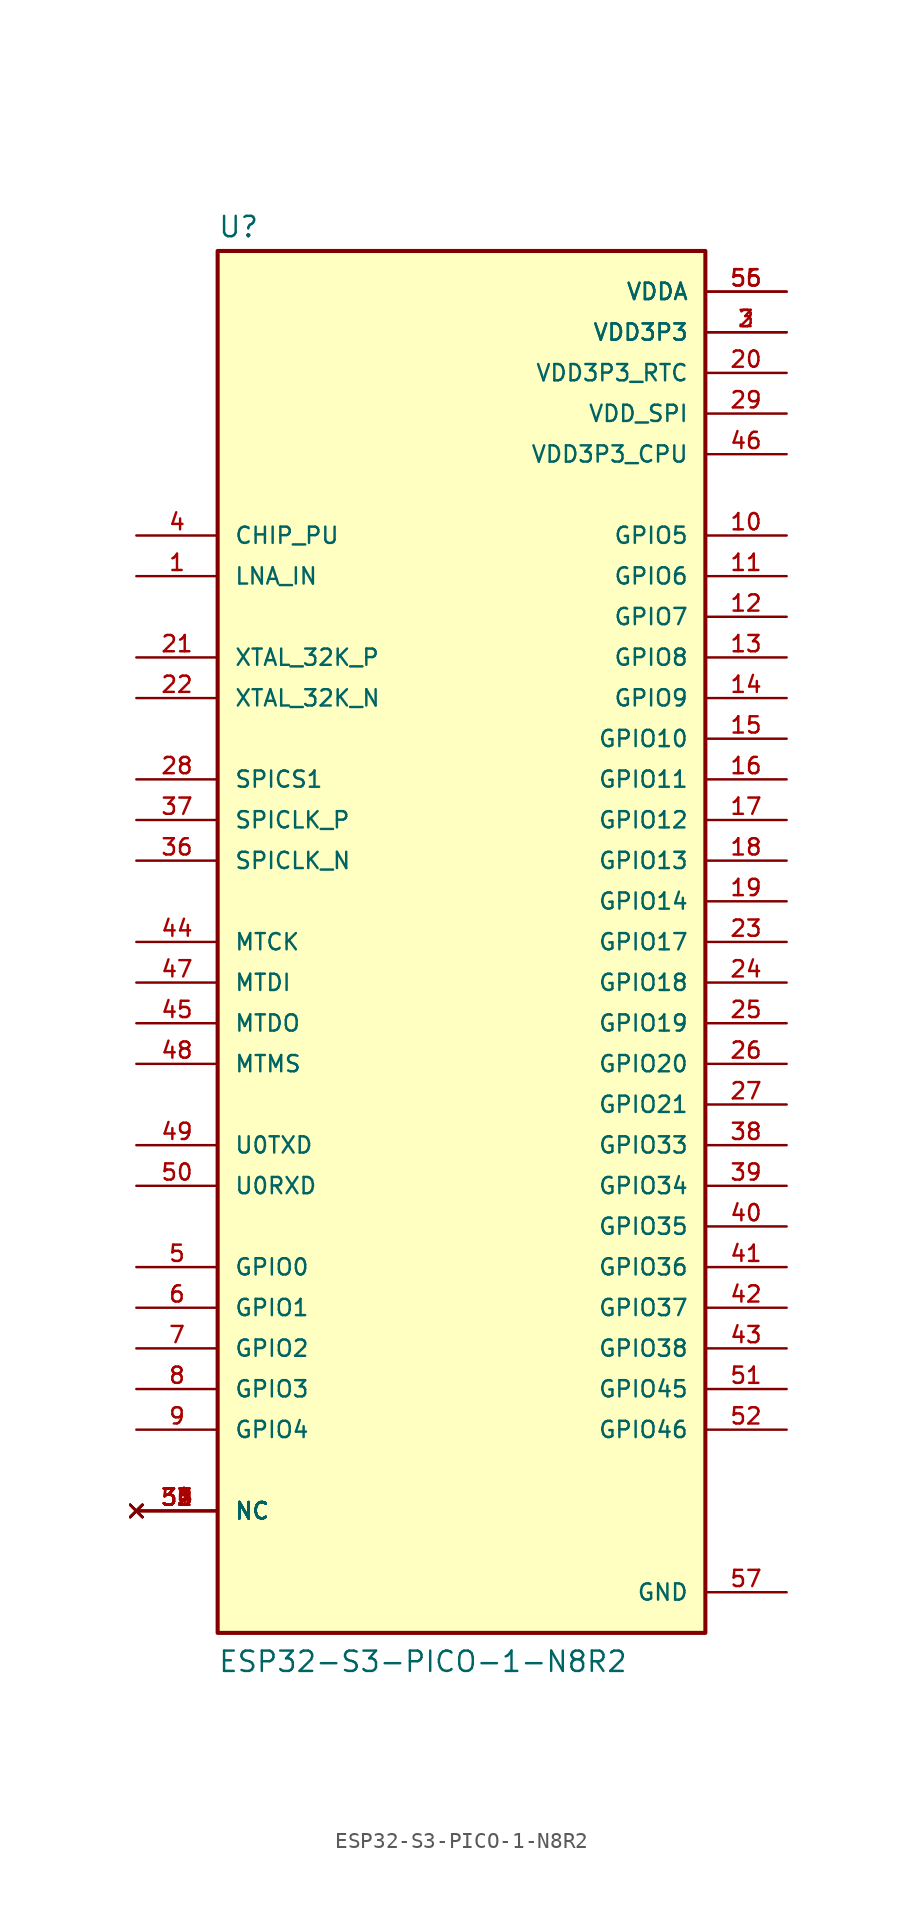
<source format=kicad_sym>
(kicad_symbol_lib
  (version 20211014)
  (generator kicad_symbol_editor)
  (symbol "ESP32-S3-PICO-1-N8R2"
    (pin_names
      (offset 1.016))
    (property "Reference" "U"
      (at -15.24 43.942 0)
      (effects (font (size 1.27 1.27)) (justify bottom left)))
    (property "Value" "ESP32-S3-PICO-1-N8R2"
      (at -15.24 -45.72 0)
      (effects (font (size 1.27 1.27)) (justify bottom left)))
    (symbol "ESP32-S3-PICO-1-N8R2_0_0"
      (rectangle (start -15.24 -43.18) (end 15.24 43.18) (stroke (width 0.254)) (fill (type background)))
      (pin bidirectional line (at -20.32 22.86 0) (length 5.08) (name "LNA_IN" (effects (font (size 1.016 1.016)))) (number "1" (effects (font (size 1.016 1.016)))))
      (pin power_in line (at 20.32 38.1 180.0) (length 5.08) (name "VDD3P3" (effects (font (size 1.016 1.016)))) (number "2" (effects (font (size 1.016 1.016)))))
      (pin power_in line (at 20.32 38.1 180.0) (length 5.08) (name "VDD3P3" (effects (font (size 1.016 1.016)))) (number "3" (effects (font (size 1.016 1.016)))))
      (pin input line (at -20.32 25.4 0) (length 5.08) (name "CHIP_PU" (effects (font (size 1.016 1.016)))) (number "4" (effects (font (size 1.016 1.016)))))
      (pin bidirectional line (at -20.32 -20.32 0) (length 5.08) (name "GPIO0" (effects (font (size 1.016 1.016)))) (number "5" (effects (font (size 1.016 1.016)))))
      (pin bidirectional line (at -20.32 -22.86 0) (length 5.08) (name "GPIO1" (effects (font (size 1.016 1.016)))) (number "6" (effects (font (size 1.016 1.016)))))
      (pin bidirectional line (at -20.32 -25.4 0) (length 5.08) (name "GPIO2" (effects (font (size 1.016 1.016)))) (number "7" (effects (font (size 1.016 1.016)))))
      (pin bidirectional line (at -20.32 -27.94 0) (length 5.08) (name "GPIO3" (effects (font (size 1.016 1.016)))) (number "8" (effects (font (size 1.016 1.016)))))
      (pin bidirectional line (at -20.32 -30.48 0) (length 5.08) (name "GPIO4" (effects (font (size 1.016 1.016)))) (number "9" (effects (font (size 1.016 1.016)))))
      (pin bidirectional line (at 20.32 25.4 180.0) (length 5.08) (name "GPIO5" (effects (font (size 1.016 1.016)))) (number "10" (effects (font (size 1.016 1.016)))))
      (pin bidirectional line (at 20.32 22.86 180.0) (length 5.08) (name "GPIO6" (effects (font (size 1.016 1.016)))) (number "11" (effects (font (size 1.016 1.016)))))
      (pin bidirectional line (at 20.32 20.32 180.0) (length 5.08) (name "GPIO7" (effects (font (size 1.016 1.016)))) (number "12" (effects (font (size 1.016 1.016)))))
      (pin bidirectional line (at 20.32 17.78 180.0) (length 5.08) (name "GPIO8" (effects (font (size 1.016 1.016)))) (number "13" (effects (font (size 1.016 1.016)))))
      (pin bidirectional line (at 20.32 15.24 180.0) (length 5.08) (name "GPIO9" (effects (font (size 1.016 1.016)))) (number "14" (effects (font (size 1.016 1.016)))))
      (pin bidirectional line (at 20.32 12.7 180.0) (length 5.08) (name "GPIO10" (effects (font (size 1.016 1.016)))) (number "15" (effects (font (size 1.016 1.016)))))
      (pin bidirectional line (at 20.32 10.16 180.0) (length 5.08) (name "GPIO11" (effects (font (size 1.016 1.016)))) (number "16" (effects (font (size 1.016 1.016)))))
      (pin bidirectional line (at 20.32 7.62 180.0) (length 5.08) (name "GPIO12" (effects (font (size 1.016 1.016)))) (number "17" (effects (font (size 1.016 1.016)))))
      (pin bidirectional line (at 20.32 5.08 180.0) (length 5.08) (name "GPIO13" (effects (font (size 1.016 1.016)))) (number "18" (effects (font (size 1.016 1.016)))))
      (pin bidirectional line (at 20.32 2.54 180.0) (length 5.08) (name "GPIO14" (effects (font (size 1.016 1.016)))) (number "19" (effects (font (size 1.016 1.016)))))
      (pin power_in line (at 20.32 35.56 180.0) (length 5.08) (name "VDD3P3_RTC" (effects (font (size 1.016 1.016)))) (number "20" (effects (font (size 1.016 1.016)))))
      (pin bidirectional line (at -20.32 15.24 0) (length 5.08) (name "XTAL_32K_N" (effects (font (size 1.016 1.016)))) (number "22" (effects (font (size 1.016 1.016)))))
      (pin bidirectional line (at 20.32 0.0 180.0) (length 5.08) (name "GPIO17" (effects (font (size 1.016 1.016)))) (number "23" (effects (font (size 1.016 1.016)))))
      (pin bidirectional line (at 20.32 -2.54 180.0) (length 5.08) (name "GPIO18" (effects (font (size 1.016 1.016)))) (number "24" (effects (font (size 1.016 1.016)))))
      (pin bidirectional line (at 20.32 -5.08 180.0) (length 5.08) (name "GPIO19" (effects (font (size 1.016 1.016)))) (number "25" (effects (font (size 1.016 1.016)))))
      (pin bidirectional line (at 20.32 -7.62 180.0) (length 5.08) (name "GPIO20" (effects (font (size 1.016 1.016)))) (number "26" (effects (font (size 1.016 1.016)))))
      (pin bidirectional line (at 20.32 -10.16 180.0) (length 5.08) (name "GPIO21" (effects (font (size 1.016 1.016)))) (number "27" (effects (font (size 1.016 1.016)))))
      (pin bidirectional line (at -20.32 10.16 0) (length 5.08) (name "SPICS1" (effects (font (size 1.016 1.016)))) (number "28" (effects (font (size 1.016 1.016)))))
      (pin power_in line (at 20.32 33.02 180.0) (length 5.08) (name "VDD_SPI" (effects (font (size 1.016 1.016)))) (number "29" (effects (font (size 1.016 1.016)))))
      (pin no_connect line (at -20.32 -35.56 0) (length 5.08) (name "NC" (effects (font (size 1.016 1.016)))) (number "30" (effects (font (size 1.016 1.016)))))
      (pin no_connect line (at -20.32 -35.56 0) (length 5.08) (name "NC" (effects (font (size 1.016 1.016)))) (number "31" (effects (font (size 1.016 1.016)))))
      (pin no_connect line (at -20.32 -35.56 0) (length 5.08) (name "NC" (effects (font (size 1.016 1.016)))) (number "32" (effects (font (size 1.016 1.016)))))
      (pin no_connect line (at -20.32 -35.56 0) (length 5.08) (name "NC" (effects (font (size 1.016 1.016)))) (number "33" (effects (font (size 1.016 1.016)))))
      (pin no_connect line (at -20.32 -35.56 0) (length 5.08) (name "NC" (effects (font (size 1.016 1.016)))) (number "34" (effects (font (size 1.016 1.016)))))
      (pin no_connect line (at -20.32 -35.56 0) (length 5.08) (name "NC" (effects (font (size 1.016 1.016)))) (number "35" (effects (font (size 1.016 1.016)))))
      (pin no_connect line (at -20.32 -35.56 0) (length 5.08) (name "NC" (effects (font (size 1.016 1.016)))) (number "53" (effects (font (size 1.016 1.016)))))
      (pin no_connect line (at -20.32 -35.56 0) (length 5.08) (name "NC" (effects (font (size 1.016 1.016)))) (number "54" (effects (font (size 1.016 1.016)))))
      (pin bidirectional line (at -20.32 5.08 0) (length 5.08) (name "SPICLK_N" (effects (font (size 1.016 1.016)))) (number "36" (effects (font (size 1.016 1.016)))))
      (pin bidirectional line (at -20.32 7.62 0) (length 5.08) (name "SPICLK_P" (effects (font (size 1.016 1.016)))) (number "37" (effects (font (size 1.016 1.016)))))
      (pin bidirectional line (at 20.32 -12.7 180.0) (length 5.08) (name "GPIO33" (effects (font (size 1.016 1.016)))) (number "38" (effects (font (size 1.016 1.016)))))
      (pin bidirectional line (at 20.32 -15.24 180.0) (length 5.08) (name "GPIO34" (effects (font (size 1.016 1.016)))) (number "39" (effects (font (size 1.016 1.016)))))
      (pin bidirectional line (at 20.32 -17.78 180.0) (length 5.08) (name "GPIO35" (effects (font (size 1.016 1.016)))) (number "40" (effects (font (size 1.016 1.016)))))
      (pin bidirectional line (at 20.32 -20.32 180.0) (length 5.08) (name "GPIO36" (effects (font (size 1.016 1.016)))) (number "41" (effects (font (size 1.016 1.016)))))
      (pin bidirectional line (at 20.32 -22.86 180.0) (length 5.08) (name "GPIO37" (effects (font (size 1.016 1.016)))) (number "42" (effects (font (size 1.016 1.016)))))
      (pin bidirectional line (at -20.32 0.0 0) (length 5.08) (name "MTCK" (effects (font (size 1.016 1.016)))) (number "44" (effects (font (size 1.016 1.016)))))
      (pin bidirectional line (at 20.32 -25.4 180.0) (length 5.08) (name "GPIO38" (effects (font (size 1.016 1.016)))) (number "43" (effects (font (size 1.016 1.016)))))
      (pin bidirectional line (at -20.32 -5.08 0) (length 5.08) (name "MTDO" (effects (font (size 1.016 1.016)))) (number "45" (effects (font (size 1.016 1.016)))))
      (pin power_in line (at 20.32 30.48 180.0) (length 5.08) (name "VDD3P3_CPU" (effects (font (size 1.016 1.016)))) (number "46" (effects (font (size 1.016 1.016)))))
      (pin bidirectional line (at -20.32 -2.54 0) (length 5.08) (name "MTDI" (effects (font (size 1.016 1.016)))) (number "47" (effects (font (size 1.016 1.016)))))
      (pin bidirectional line (at -20.32 -7.62 0) (length 5.08) (name "MTMS" (effects (font (size 1.016 1.016)))) (number "48" (effects (font (size 1.016 1.016)))))
      (pin bidirectional line (at -20.32 -12.7 0) (length 5.08) (name "U0TXD" (effects (font (size 1.016 1.016)))) (number "49" (effects (font (size 1.016 1.016)))))
      (pin bidirectional line (at -20.32 -15.24 0) (length 5.08) (name "U0RXD" (effects (font (size 1.016 1.016)))) (number "50" (effects (font (size 1.016 1.016)))))
      (pin bidirectional line (at 20.32 -27.94 180.0) (length 5.08) (name "GPIO45" (effects (font (size 1.016 1.016)))) (number "51" (effects (font (size 1.016 1.016)))))
      (pin bidirectional line (at 20.32 -30.48 180.0) (length 5.08) (name "GPIO46" (effects (font (size 1.016 1.016)))) (number "52" (effects (font (size 1.016 1.016)))))
      (pin power_in line (at 20.32 40.64 180.0) (length 5.08) (name "VDDA" (effects (font (size 1.016 1.016)))) (number "55" (effects (font (size 1.016 1.016)))))
      (pin power_in line (at 20.32 40.64 180.0) (length 5.08) (name "VDDA" (effects (font (size 1.016 1.016)))) (number "56" (effects (font (size 1.016 1.016)))))
      (pin power_in line (at 20.32 -40.64 180.0) (length 5.08) (name "GND" (effects (font (size 1.016 1.016)))) (number "57" (effects (font (size 1.016 1.016)))))
      (pin bidirectional line (at -20.32 17.78 0) (length 5.08) (name "XTAL_32K_P" (effects (font (size 1.016 1.016)))) (number "21" (effects (font (size 1.016 1.016))))))))
</source>
